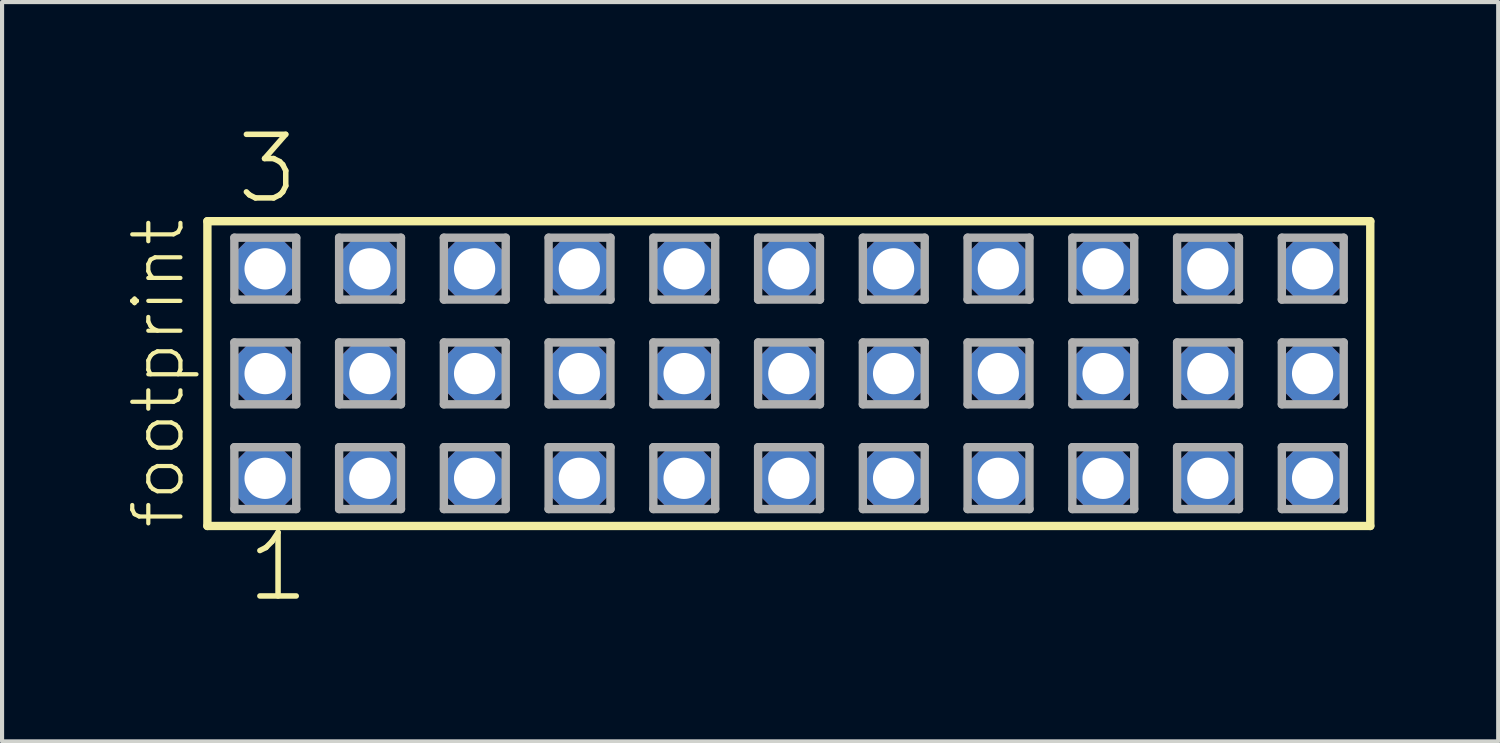
<source format=kicad_pcb>
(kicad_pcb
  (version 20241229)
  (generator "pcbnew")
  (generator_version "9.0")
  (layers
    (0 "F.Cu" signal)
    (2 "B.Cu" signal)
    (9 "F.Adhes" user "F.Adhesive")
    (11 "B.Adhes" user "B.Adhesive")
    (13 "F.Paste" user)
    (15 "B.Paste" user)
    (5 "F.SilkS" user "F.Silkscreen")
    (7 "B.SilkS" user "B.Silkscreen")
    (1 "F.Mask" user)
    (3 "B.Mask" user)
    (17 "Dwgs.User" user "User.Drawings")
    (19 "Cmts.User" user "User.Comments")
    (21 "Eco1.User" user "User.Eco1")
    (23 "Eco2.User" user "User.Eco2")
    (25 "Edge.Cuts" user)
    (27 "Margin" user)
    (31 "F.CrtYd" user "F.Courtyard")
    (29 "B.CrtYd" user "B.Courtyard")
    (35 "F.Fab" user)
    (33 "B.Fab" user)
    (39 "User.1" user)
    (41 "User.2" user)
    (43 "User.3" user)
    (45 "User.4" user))
  (footprint "footprint"
    (layer "F.Cu")
    (at 16.078 6.009)
    (property "Reference" "footprint" (at -14.605 3.81 90) (layer "F.SilkS") (effects (font (size 1.168 1.168) (thickness 0.102)) (justify left bottom)))
    (fp_line (start -14.099 -3.695) (end 14.099 -3.695) (stroke (width 0.203) (type solid)) (layer "F.SilkS"))
    (fp_line (start -14.099 3.695) (end -14.099 -3.695) (stroke (width 0.203) (type solid)) (layer "F.SilkS"))
    (fp_line (start 14.099 -3.695) (end 14.099 3.695) (stroke (width 0.203) (type solid)) (layer "F.SilkS"))
    (fp_line (start 14.099 3.695) (end -14.099 3.695) (stroke (width 0.203) (type solid)) (layer "F.SilkS"))
    (fp_line (start -13.445 -3.295) (end -11.945 -3.295) (stroke (width 0.203) (type solid)) (layer "F.Fab"))
    (fp_line (start -13.445 -1.795) (end -13.445 -3.295) (stroke (width 0.203) (type solid)) (layer "F.Fab"))
    (fp_line (start -13.445 -0.755) (end -11.945 -0.755) (stroke (width 0.203) (type solid)) (layer "F.Fab"))
    (fp_line (start -13.445 0.745) (end -13.445 -0.755) (stroke (width 0.203) (type solid)) (layer "F.Fab"))
    (fp_line (start -13.445 1.785) (end -11.945 1.785) (stroke (width 0.203) (type solid)) (layer "F.Fab"))
    (fp_line (start -13.445 3.285) (end -13.445 1.785) (stroke (width 0.203) (type solid)) (layer "F.Fab"))
    (fp_line (start -11.945 -3.295) (end -11.945 -1.795) (stroke (width 0.203) (type solid)) (layer "F.Fab"))
    (fp_line (start -11.945 -1.795) (end -13.445 -1.795) (stroke (width 0.203) (type solid)) (layer "F.Fab"))
    (fp_line (start -11.945 -0.755) (end -11.945 0.745) (stroke (width 0.203) (type solid)) (layer "F.Fab"))
    (fp_line (start -11.945 0.745) (end -13.445 0.745) (stroke (width 0.203) (type solid)) (layer "F.Fab"))
    (fp_line (start -11.945 1.785) (end -11.945 3.285) (stroke (width 0.203) (type solid)) (layer "F.Fab"))
    (fp_line (start -11.945 3.285) (end -13.445 3.285) (stroke (width 0.203) (type solid)) (layer "F.Fab"))
    (fp_line (start -10.905 -3.295) (end -9.405 -3.295) (stroke (width 0.203) (type solid)) (layer "F.Fab"))
    (fp_line (start -10.905 -1.795) (end -10.905 -3.295) (stroke (width 0.203) (type solid)) (layer "F.Fab"))
    (fp_line (start -10.905 -0.755) (end -9.405 -0.755) (stroke (width 0.203) (type solid)) (layer "F.Fab"))
    (fp_line (start -10.905 0.745) (end -10.905 -0.755) (stroke (width 0.203) (type solid)) (layer "F.Fab"))
    (fp_line (start -10.905 1.785) (end -9.405 1.785) (stroke (width 0.203) (type solid)) (layer "F.Fab"))
    (fp_line (start -10.905 3.285) (end -10.905 1.785) (stroke (width 0.203) (type solid)) (layer "F.Fab"))
    (fp_line (start -9.405 -3.295) (end -9.405 -1.795) (stroke (width 0.203) (type solid)) (layer "F.Fab"))
    (fp_line (start -9.405 -1.795) (end -10.905 -1.795) (stroke (width 0.203) (type solid)) (layer "F.Fab"))
    (fp_line (start -9.405 -0.755) (end -9.405 0.745) (stroke (width 0.203) (type solid)) (layer "F.Fab"))
    (fp_line (start -9.405 0.745) (end -10.905 0.745) (stroke (width 0.203) (type solid)) (layer "F.Fab"))
    (fp_line (start -9.405 1.785) (end -9.405 3.285) (stroke (width 0.203) (type solid)) (layer "F.Fab"))
    (fp_line (start -9.405 3.285) (end -10.905 3.285) (stroke (width 0.203) (type solid)) (layer "F.Fab"))
    (fp_line (start -8.365 -3.295) (end -6.865 -3.295) (stroke (width 0.203) (type solid)) (layer "F.Fab"))
    (fp_line (start -8.365 -1.795) (end -8.365 -3.295) (stroke (width 0.203) (type solid)) (layer "F.Fab"))
    (fp_line (start -8.365 -0.755) (end -6.865 -0.755) (stroke (width 0.203) (type solid)) (layer "F.Fab"))
    (fp_line (start -8.365 0.745) (end -8.365 -0.755) (stroke (width 0.203) (type solid)) (layer "F.Fab"))
    (fp_line (start -8.365 1.785) (end -6.865 1.785) (stroke (width 0.203) (type solid)) (layer "F.Fab"))
    (fp_line (start -8.365 3.285) (end -8.365 1.785) (stroke (width 0.203) (type solid)) (layer "F.Fab"))
    (fp_line (start -6.865 -3.295) (end -6.865 -1.795) (stroke (width 0.203) (type solid)) (layer "F.Fab"))
    (fp_line (start -6.865 -1.795) (end -8.365 -1.795) (stroke (width 0.203) (type solid)) (layer "F.Fab"))
    (fp_line (start -6.865 -0.755) (end -6.865 0.745) (stroke (width 0.203) (type solid)) (layer "F.Fab"))
    (fp_line (start -6.865 0.745) (end -8.365 0.745) (stroke (width 0.203) (type solid)) (layer "F.Fab"))
    (fp_line (start -6.865 1.785) (end -6.865 3.285) (stroke (width 0.203) (type solid)) (layer "F.Fab"))
    (fp_line (start -6.865 3.285) (end -8.365 3.285) (stroke (width 0.203) (type solid)) (layer "F.Fab"))
    (fp_line (start -5.825 -3.295) (end -4.325 -3.295) (stroke (width 0.203) (type solid)) (layer "F.Fab"))
    (fp_line (start -5.825 -1.795) (end -5.825 -3.295) (stroke (width 0.203) (type solid)) (layer "F.Fab"))
    (fp_line (start -5.825 -0.755) (end -4.325 -0.755) (stroke (width 0.203) (type solid)) (layer "F.Fab"))
    (fp_line (start -5.825 0.745) (end -5.825 -0.755) (stroke (width 0.203) (type solid)) (layer "F.Fab"))
    (fp_line (start -5.825 1.785) (end -4.325 1.785) (stroke (width 0.203) (type solid)) (layer "F.Fab"))
    (fp_line (start -5.825 3.285) (end -5.825 1.785) (stroke (width 0.203) (type solid)) (layer "F.Fab"))
    (fp_line (start -4.325 -3.295) (end -4.325 -1.795) (stroke (width 0.203) (type solid)) (layer "F.Fab"))
    (fp_line (start -4.325 -1.795) (end -5.825 -1.795) (stroke (width 0.203) (type solid)) (layer "F.Fab"))
    (fp_line (start -4.325 -0.755) (end -4.325 0.745) (stroke (width 0.203) (type solid)) (layer "F.Fab"))
    (fp_line (start -4.325 0.745) (end -5.825 0.745) (stroke (width 0.203) (type solid)) (layer "F.Fab"))
    (fp_line (start -4.325 1.785) (end -4.325 3.285) (stroke (width 0.203) (type solid)) (layer "F.Fab"))
    (fp_line (start -4.325 3.285) (end -5.825 3.285) (stroke (width 0.203) (type solid)) (layer "F.Fab"))
    (fp_line (start -3.285 -3.295) (end -1.785 -3.295) (stroke (width 0.203) (type solid)) (layer "F.Fab"))
    (fp_line (start -3.285 -1.795) (end -3.285 -3.295) (stroke (width 0.203) (type solid)) (layer "F.Fab"))
    (fp_line (start -3.285 -0.755) (end -1.785 -0.755) (stroke (width 0.203) (type solid)) (layer "F.Fab"))
    (fp_line (start -3.285 0.745) (end -3.285 -0.755) (stroke (width 0.203) (type solid)) (layer "F.Fab"))
    (fp_line (start -3.285 1.785) (end -1.785 1.785) (stroke (width 0.203) (type solid)) (layer "F.Fab"))
    (fp_line (start -3.285 3.285) (end -3.285 1.785) (stroke (width 0.203) (type solid)) (layer "F.Fab"))
    (fp_line (start -1.785 -3.295) (end -1.785 -1.795) (stroke (width 0.203) (type solid)) (layer "F.Fab"))
    (fp_line (start -1.785 -1.795) (end -3.285 -1.795) (stroke (width 0.203) (type solid)) (layer "F.Fab"))
    (fp_line (start -1.785 -0.755) (end -1.785 0.745) (stroke (width 0.203) (type solid)) (layer "F.Fab"))
    (fp_line (start -1.785 0.745) (end -3.285 0.745) (stroke (width 0.203) (type solid)) (layer "F.Fab"))
    (fp_line (start -1.785 1.785) (end -1.785 3.285) (stroke (width 0.203) (type solid)) (layer "F.Fab"))
    (fp_line (start -1.785 3.285) (end -3.285 3.285) (stroke (width 0.203) (type solid)) (layer "F.Fab"))
    (fp_line (start -0.745 -3.295) (end 0.755 -3.295) (stroke (width 0.203) (type solid)) (layer "F.Fab"))
    (fp_line (start -0.745 -1.795) (end -0.745 -3.295) (stroke (width 0.203) (type solid)) (layer "F.Fab"))
    (fp_line (start -0.745 -0.755) (end 0.755 -0.755) (stroke (width 0.203) (type solid)) (layer "F.Fab"))
    (fp_line (start -0.745 0.745) (end -0.745 -0.755) (stroke (width 0.203) (type solid)) (layer "F.Fab"))
    (fp_line (start -0.745 1.785) (end 0.755 1.785) (stroke (width 0.203) (type solid)) (layer "F.Fab"))
    (fp_line (start -0.745 3.285) (end -0.745 1.785) (stroke (width 0.203) (type solid)) (layer "F.Fab"))
    (fp_line (start 0.755 -3.295) (end 0.755 -1.795) (stroke (width 0.203) (type solid)) (layer "F.Fab"))
    (fp_line (start 0.755 -1.795) (end -0.745 -1.795) (stroke (width 0.203) (type solid)) (layer "F.Fab"))
    (fp_line (start 0.755 -0.755) (end 0.755 0.745) (stroke (width 0.203) (type solid)) (layer "F.Fab"))
    (fp_line (start 0.755 0.745) (end -0.745 0.745) (stroke (width 0.203) (type solid)) (layer "F.Fab"))
    (fp_line (start 0.755 1.785) (end 0.755 3.285) (stroke (width 0.203) (type solid)) (layer "F.Fab"))
    (fp_line (start 0.755 3.285) (end -0.745 3.285) (stroke (width 0.203) (type solid)) (layer "F.Fab"))
    (fp_line (start 1.795 -3.295) (end 3.295 -3.295) (stroke (width 0.203) (type solid)) (layer "F.Fab"))
    (fp_line (start 1.795 -1.795) (end 1.795 -3.295) (stroke (width 0.203) (type solid)) (layer "F.Fab"))
    (fp_line (start 1.795 -0.755) (end 3.295 -0.755) (stroke (width 0.203) (type solid)) (layer "F.Fab"))
    (fp_line (start 1.795 0.745) (end 1.795 -0.755) (stroke (width 0.203) (type solid)) (layer "F.Fab"))
    (fp_line (start 1.795 1.785) (end 3.295 1.785) (stroke (width 0.203) (type solid)) (layer "F.Fab"))
    (fp_line (start 1.795 3.285) (end 1.795 1.785) (stroke (width 0.203) (type solid)) (layer "F.Fab"))
    (fp_line (start 3.295 -3.295) (end 3.295 -1.795) (stroke (width 0.203) (type solid)) (layer "F.Fab"))
    (fp_line (start 3.295 -1.795) (end 1.795 -1.795) (stroke (width 0.203) (type solid)) (layer "F.Fab"))
    (fp_line (start 3.295 -0.755) (end 3.295 0.745) (stroke (width 0.203) (type solid)) (layer "F.Fab"))
    (fp_line (start 3.295 0.745) (end 1.795 0.745) (stroke (width 0.203) (type solid)) (layer "F.Fab"))
    (fp_line (start 3.295 1.785) (end 3.295 3.285) (stroke (width 0.203) (type solid)) (layer "F.Fab"))
    (fp_line (start 3.295 3.285) (end 1.795 3.285) (stroke (width 0.203) (type solid)) (layer "F.Fab"))
    (fp_line (start 4.335 -3.295) (end 5.835 -3.295) (stroke (width 0.203) (type solid)) (layer "F.Fab"))
    (fp_line (start 4.335 -1.795) (end 4.335 -3.295) (stroke (width 0.203) (type solid)) (layer "F.Fab"))
    (fp_line (start 4.335 -0.755) (end 5.835 -0.755) (stroke (width 0.203) (type solid)) (layer "F.Fab"))
    (fp_line (start 4.335 0.745) (end 4.335 -0.755) (stroke (width 0.203) (type solid)) (layer "F.Fab"))
    (fp_line (start 4.335 1.785) (end 5.835 1.785) (stroke (width 0.203) (type solid)) (layer "F.Fab"))
    (fp_line (start 4.335 3.285) (end 4.335 1.785) (stroke (width 0.203) (type solid)) (layer "F.Fab"))
    (fp_line (start 5.835 -3.295) (end 5.835 -1.795) (stroke (width 0.203) (type solid)) (layer "F.Fab"))
    (fp_line (start 5.835 -1.795) (end 4.335 -1.795) (stroke (width 0.203) (type solid)) (layer "F.Fab"))
    (fp_line (start 5.835 -0.755) (end 5.835 0.745) (stroke (width 0.203) (type solid)) (layer "F.Fab"))
    (fp_line (start 5.835 0.745) (end 4.335 0.745) (stroke (width 0.203) (type solid)) (layer "F.Fab"))
    (fp_line (start 5.835 1.785) (end 5.835 3.285) (stroke (width 0.203) (type solid)) (layer "F.Fab"))
    (fp_line (start 5.835 3.285) (end 4.335 3.285) (stroke (width 0.203) (type solid)) (layer "F.Fab"))
    (fp_line (start 6.875 -3.295) (end 8.375 -3.295) (stroke (width 0.203) (type solid)) (layer "F.Fab"))
    (fp_line (start 6.875 -1.795) (end 6.875 -3.295) (stroke (width 0.203) (type solid)) (layer "F.Fab"))
    (fp_line (start 6.875 -0.755) (end 8.375 -0.755) (stroke (width 0.203) (type solid)) (layer "F.Fab"))
    (fp_line (start 6.875 0.745) (end 6.875 -0.755) (stroke (width 0.203) (type solid)) (layer "F.Fab"))
    (fp_line (start 6.875 1.785) (end 8.375 1.785) (stroke (width 0.203) (type solid)) (layer "F.Fab"))
    (fp_line (start 6.875 3.285) (end 6.875 1.785) (stroke (width 0.203) (type solid)) (layer "F.Fab"))
    (fp_line (start 8.375 -3.295) (end 8.375 -1.795) (stroke (width 0.203) (type solid)) (layer "F.Fab"))
    (fp_line (start 8.375 -1.795) (end 6.875 -1.795) (stroke (width 0.203) (type solid)) (layer "F.Fab"))
    (fp_line (start 8.375 -0.755) (end 8.375 0.745) (stroke (width 0.203) (type solid)) (layer "F.Fab"))
    (fp_line (start 8.375 0.745) (end 6.875 0.745) (stroke (width 0.203) (type solid)) (layer "F.Fab"))
    (fp_line (start 8.375 1.785) (end 8.375 3.285) (stroke (width 0.203) (type solid)) (layer "F.Fab"))
    (fp_line (start 8.375 3.285) (end 6.875 3.285) (stroke (width 0.203) (type solid)) (layer "F.Fab"))
    (fp_line (start 9.415 -3.295) (end 10.915 -3.295) (stroke (width 0.203) (type solid)) (layer "F.Fab"))
    (fp_line (start 9.415 -1.795) (end 9.415 -3.295) (stroke (width 0.203) (type solid)) (layer "F.Fab"))
    (fp_line (start 9.415 -0.755) (end 10.915 -0.755) (stroke (width 0.203) (type solid)) (layer "F.Fab"))
    (fp_line (start 9.415 0.745) (end 9.415 -0.755) (stroke (width 0.203) (type solid)) (layer "F.Fab"))
    (fp_line (start 9.415 1.785) (end 10.915 1.785) (stroke (width 0.203) (type solid)) (layer "F.Fab"))
    (fp_line (start 9.415 3.285) (end 9.415 1.785) (stroke (width 0.203) (type solid)) (layer "F.Fab"))
    (fp_line (start 10.915 -3.295) (end 10.915 -1.795) (stroke (width 0.203) (type solid)) (layer "F.Fab"))
    (fp_line (start 10.915 -1.795) (end 9.415 -1.795) (stroke (width 0.203) (type solid)) (layer "F.Fab"))
    (fp_line (start 10.915 -0.755) (end 10.915 0.745) (stroke (width 0.203) (type solid)) (layer "F.Fab"))
    (fp_line (start 10.915 0.745) (end 9.415 0.745) (stroke (width 0.203) (type solid)) (layer "F.Fab"))
    (fp_line (start 10.915 1.785) (end 10.915 3.285) (stroke (width 0.203) (type solid)) (layer "F.Fab"))
    (fp_line (start 10.915 3.285) (end 9.415 3.285) (stroke (width 0.203) (type solid)) (layer "F.Fab"))
    (fp_line (start 11.955 -3.295) (end 13.455 -3.295) (stroke (width 0.203) (type solid)) (layer "F.Fab"))
    (fp_line (start 11.955 -1.795) (end 11.955 -3.295) (stroke (width 0.203) (type solid)) (layer "F.Fab"))
    (fp_line (start 11.955 -0.755) (end 13.455 -0.755) (stroke (width 0.203) (type solid)) (layer "F.Fab"))
    (fp_line (start 11.955 0.745) (end 11.955 -0.755) (stroke (width 0.203) (type solid)) (layer "F.Fab"))
    (fp_line (start 11.955 1.785) (end 13.455 1.785) (stroke (width 0.203) (type solid)) (layer "F.Fab"))
    (fp_line (start 11.955 3.285) (end 11.955 1.785) (stroke (width 0.203) (type solid)) (layer "F.Fab"))
    (fp_line (start 13.455 -3.295) (end 13.455 -1.795) (stroke (width 0.203) (type solid)) (layer "F.Fab"))
    (fp_line (start 13.455 -1.795) (end 11.955 -1.795) (stroke (width 0.203) (type solid)) (layer "F.Fab"))
    (fp_line (start 13.455 -0.755) (end 13.455 0.745) (stroke (width 0.203) (type solid)) (layer "F.Fab"))
    (fp_line (start 13.455 0.745) (end 11.955 0.745) (stroke (width 0.203) (type solid)) (layer "F.Fab"))
    (fp_line (start 13.455 1.785) (end 13.455 3.285) (stroke (width 0.203) (type solid)) (layer "F.Fab"))
    (fp_line (start 13.455 3.285) (end 11.955 3.285) (stroke (width 0.203) (type solid)) (layer "F.Fab"))
    (fp_text user "3" (at -13.462 -4.064 0) (layer "F.SilkS") (effects (font (size 1.542 1.542) (thickness 0.134)) (justify left bottom)))
    (fp_text user "1" (at -13.208 5.588 0) (layer "F.SilkS") (effects (font (size 1.542 1.542) (thickness 0.134)) (justify left bottom)))
    (pad "1" thru_hole roundrect (at -12.7 2.54) (size 1.5 1.5) (drill 1) (layers "*.Cu" "*.Mask") (roundrect_rratio 0.25) (chamfer_ratio 0.25) (chamfer top_left top_right bottom_left bottom_right))
    (pad "2" thru_hole roundrect (at -12.7 0) (size 1.5 1.5) (drill 1) (layers "*.Cu" "*.Mask") (roundrect_rratio 0.25) (chamfer_ratio 0.25) (chamfer top_left top_right bottom_left bottom_right))
    (pad "3" thru_hole roundrect (at -12.7 -2.54) (size 1.5 1.5) (drill 1) (layers "*.Cu" "*.Mask") (roundrect_rratio 0.25) (chamfer_ratio 0.25) (chamfer top_left top_right bottom_left bottom_right))
    (pad "4" thru_hole roundrect (at -10.16 2.54) (size 1.5 1.5) (drill 1) (layers "*.Cu" "*.Mask") (roundrect_rratio 0.25) (chamfer_ratio 0.25) (chamfer top_left top_right bottom_left bottom_right))
    (pad "5" thru_hole roundrect (at -10.16 0) (size 1.5 1.5) (drill 1) (layers "*.Cu" "*.Mask") (roundrect_rratio 0.25) (chamfer_ratio 0.25) (chamfer top_left top_right bottom_left bottom_right))
    (pad "6" thru_hole roundrect (at -10.16 -2.54) (size 1.5 1.5) (drill 1) (layers "*.Cu" "*.Mask") (roundrect_rratio 0.25) (chamfer_ratio 0.25) (chamfer top_left top_right bottom_left bottom_right))
    (pad "7" thru_hole roundrect (at -7.62 2.54) (size 1.5 1.5) (drill 1) (layers "*.Cu" "*.Mask") (roundrect_rratio 0.25) (chamfer_ratio 0.25) (chamfer top_left top_right bottom_left bottom_right))
    (pad "8" thru_hole roundrect (at -7.62 0) (size 1.5 1.5) (drill 1) (layers "*.Cu" "*.Mask") (roundrect_rratio 0.25) (chamfer_ratio 0.25) (chamfer top_left top_right bottom_left bottom_right))
    (pad "9" thru_hole roundrect (at -7.62 -2.54) (size 1.5 1.5) (drill 1) (layers "*.Cu" "*.Mask") (roundrect_rratio 0.25) (chamfer_ratio 0.25) (chamfer top_left top_right bottom_left bottom_right))
    (pad "10" thru_hole roundrect (at -5.08 2.54) (size 1.5 1.5) (drill 1) (layers "*.Cu" "*.Mask") (roundrect_rratio 0.25) (chamfer_ratio 0.25) (chamfer top_left top_right bottom_left bottom_right))
    (pad "11" thru_hole roundrect (at -5.08 0) (size 1.5 1.5) (drill 1) (layers "*.Cu" "*.Mask") (roundrect_rratio 0.25) (chamfer_ratio 0.25) (chamfer top_left top_right bottom_left bottom_right))
    (pad "12" thru_hole roundrect (at -5.08 -2.54) (size 1.5 1.5) (drill 1) (layers "*.Cu" "*.Mask") (roundrect_rratio 0.25) (chamfer_ratio 0.25) (chamfer top_left top_right bottom_left bottom_right))
    (pad "13" thru_hole roundrect (at -2.54 2.54) (size 1.5 1.5) (drill 1) (layers "*.Cu" "*.Mask") (roundrect_rratio 0.25) (chamfer_ratio 0.25) (chamfer top_left top_right bottom_left bottom_right))
    (pad "14" thru_hole roundrect (at -2.54 0) (size 1.5 1.5) (drill 1) (layers "*.Cu" "*.Mask") (roundrect_rratio 0.25) (chamfer_ratio 0.25) (chamfer top_left top_right bottom_left bottom_right))
    (pad "15" thru_hole roundrect (at -2.54 -2.54) (size 1.5 1.5) (drill 1) (layers "*.Cu" "*.Mask") (roundrect_rratio 0.25) (chamfer_ratio 0.25) (chamfer top_left top_right bottom_left bottom_right))
    (pad "16" thru_hole roundrect (at 0 2.54) (size 1.5 1.5) (drill 1) (layers "*.Cu" "*.Mask") (roundrect_rratio 0.25) (chamfer_ratio 0.25) (chamfer top_left top_right bottom_left bottom_right))
    (pad "17" thru_hole roundrect (at 0 0) (size 1.5 1.5) (drill 1) (layers "*.Cu" "*.Mask") (roundrect_rratio 0.25) (chamfer_ratio 0.25) (chamfer top_left top_right bottom_left bottom_right))
    (pad "18" thru_hole roundrect (at 0 -2.54) (size 1.5 1.5) (drill 1) (layers "*.Cu" "*.Mask") (roundrect_rratio 0.25) (chamfer_ratio 0.25) (chamfer top_left top_right bottom_left bottom_right))
    (pad "19" thru_hole roundrect (at 2.54 2.54) (size 1.5 1.5) (drill 1) (layers "*.Cu" "*.Mask") (roundrect_rratio 0.25) (chamfer_ratio 0.25) (chamfer top_left top_right bottom_left bottom_right))
    (pad "20" thru_hole roundrect (at 2.54 0) (size 1.5 1.5) (drill 1) (layers "*.Cu" "*.Mask") (roundrect_rratio 0.25) (chamfer_ratio 0.25) (chamfer top_left top_right bottom_left bottom_right))
    (pad "21" thru_hole roundrect (at 2.54 -2.54) (size 1.5 1.5) (drill 1) (layers "*.Cu" "*.Mask") (roundrect_rratio 0.25) (chamfer_ratio 0.25) (chamfer top_left top_right bottom_left bottom_right))
    (pad "22" thru_hole roundrect (at 5.08 2.54) (size 1.5 1.5) (drill 1) (layers "*.Cu" "*.Mask") (roundrect_rratio 0.25) (chamfer_ratio 0.25) (chamfer top_left top_right bottom_left bottom_right))
    (pad "23" thru_hole roundrect (at 5.08 0) (size 1.5 1.5) (drill 1) (layers "*.Cu" "*.Mask") (roundrect_rratio 0.25) (chamfer_ratio 0.25) (chamfer top_left top_right bottom_left bottom_right))
    (pad "24" thru_hole roundrect (at 5.08 -2.54) (size 1.5 1.5) (drill 1) (layers "*.Cu" "*.Mask") (roundrect_rratio 0.25) (chamfer_ratio 0.25) (chamfer top_left top_right bottom_left bottom_right))
    (pad "25" thru_hole roundrect (at 7.62 2.54) (size 1.5 1.5) (drill 1) (layers "*.Cu" "*.Mask") (roundrect_rratio 0.25) (chamfer_ratio 0.25) (chamfer top_left top_right bottom_left bottom_right))
    (pad "26" thru_hole roundrect (at 7.62 0) (size 1.5 1.5) (drill 1) (layers "*.Cu" "*.Mask") (roundrect_rratio 0.25) (chamfer_ratio 0.25) (chamfer top_left top_right bottom_left bottom_right))
    (pad "27" thru_hole roundrect (at 7.62 -2.54) (size 1.5 1.5) (drill 1) (layers "*.Cu" "*.Mask") (roundrect_rratio 0.25) (chamfer_ratio 0.25) (chamfer top_left top_right bottom_left bottom_right))
    (pad "28" thru_hole roundrect (at 10.16 2.54) (size 1.5 1.5) (drill 1) (layers "*.Cu" "*.Mask") (roundrect_rratio 0.25) (chamfer_ratio 0.25) (chamfer top_left top_right bottom_left bottom_right))
    (pad "29" thru_hole roundrect (at 10.16 0) (size 1.5 1.5) (drill 1) (layers "*.Cu" "*.Mask") (roundrect_rratio 0.25) (chamfer_ratio 0.25) (chamfer top_left top_right bottom_left bottom_right))
    (pad "30" thru_hole roundrect (at 10.16 -2.54) (size 1.5 1.5) (drill 1) (layers "*.Cu" "*.Mask") (roundrect_rratio 0.25) (chamfer_ratio 0.25) (chamfer top_left top_right bottom_left bottom_right))
    (pad "31" thru_hole roundrect (at 12.7 2.54) (size 1.5 1.5) (drill 1) (layers "*.Cu" "*.Mask") (roundrect_rratio 0.25) (chamfer_ratio 0.25) (chamfer top_left top_right bottom_left bottom_right))
    (pad "32" thru_hole roundrect (at 12.7 0) (size 1.5 1.5) (drill 1) (layers "*.Cu" "*.Mask") (roundrect_rratio 0.25) (chamfer_ratio 0.25) (chamfer top_left top_right bottom_left bottom_right))
    (pad "33" thru_hole roundrect (at 12.7 -2.54) (size 1.5 1.5) (drill 1) (layers "*.Cu" "*.Mask") (roundrect_rratio 0.25) (chamfer_ratio 0.25) (chamfer top_left top_right bottom_left bottom_right)))
  (gr_rect
    (start -3 -3)
    (end 33.279 14.927)
    (stroke (width 0.1) (type default))
    (fill no)
    (layer "Edge.Cuts")))
</source>
